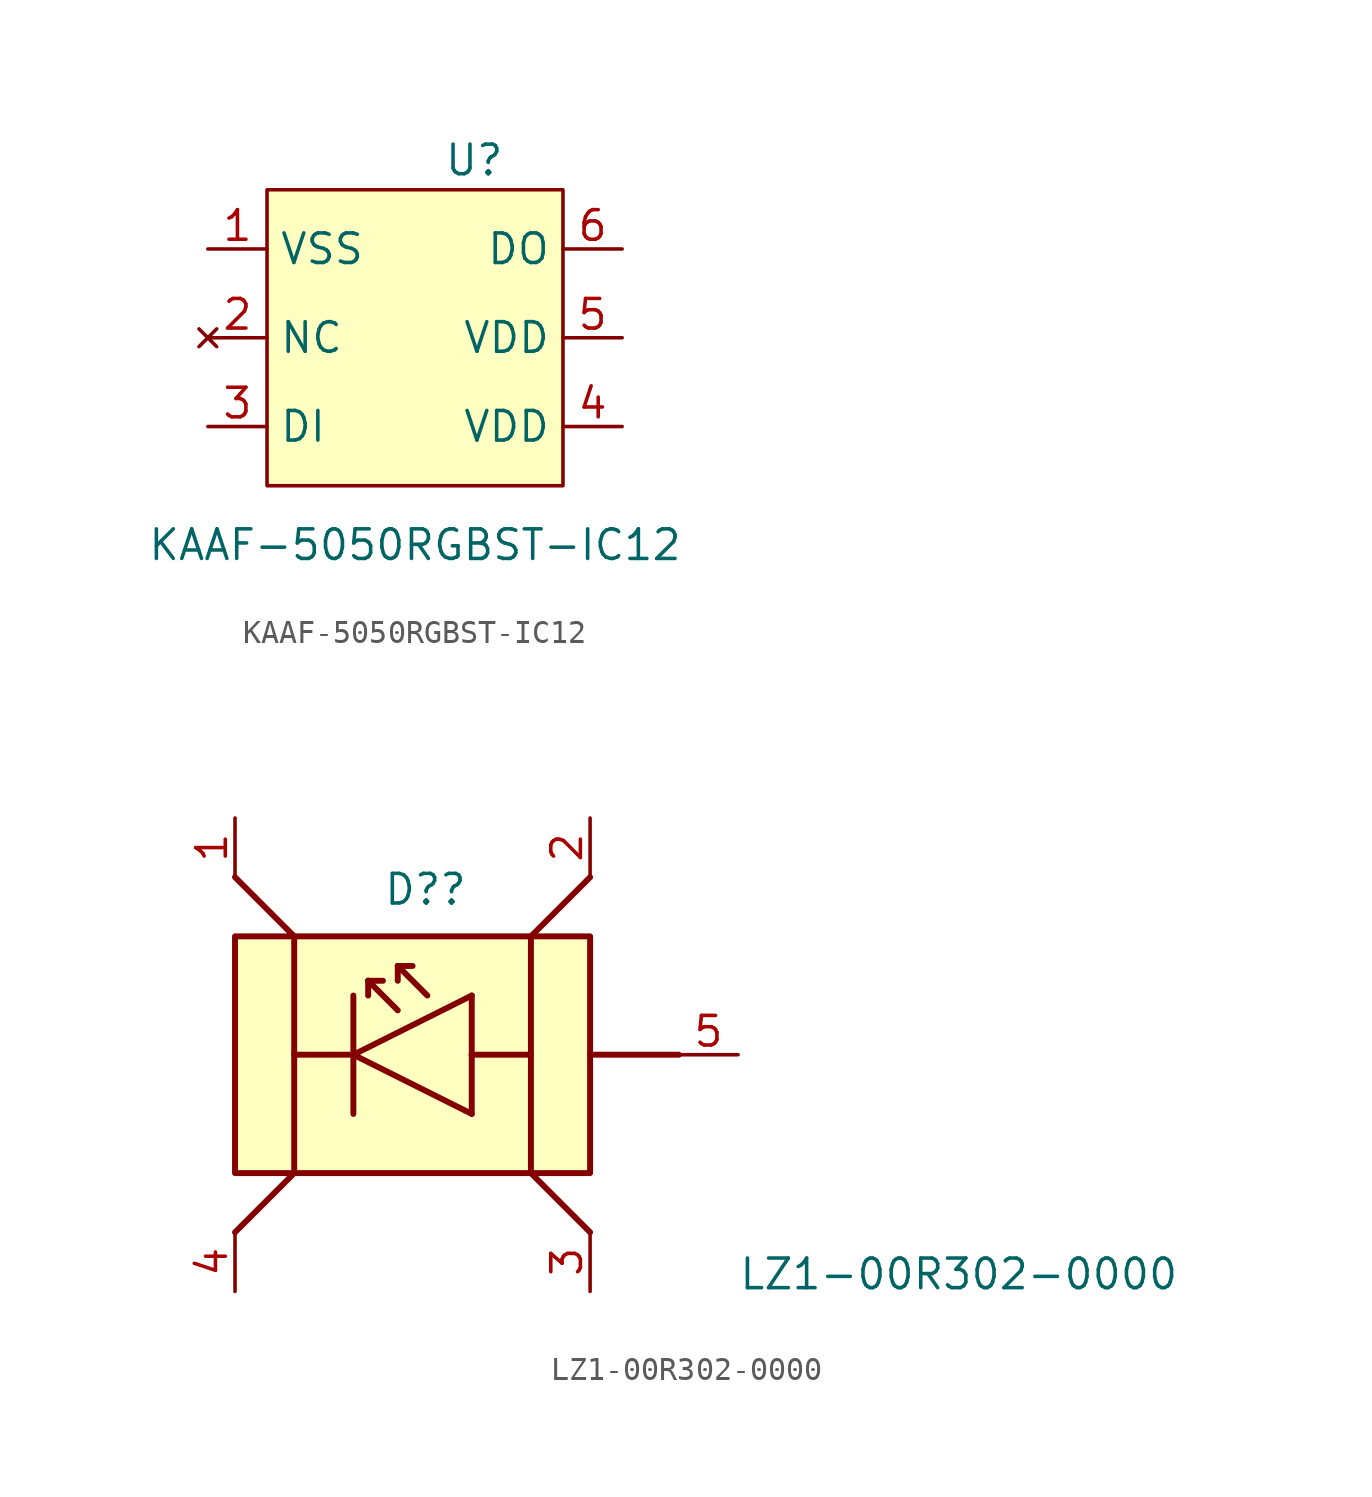
<source format=kicad_sym>
(kicad_symbol_lib
  (version 20211014)
  (generator kicad_symbol_editor)
  (symbol "KAAF-5050RGBST-IC12"
    (property "Reference" "U"
      (at 2.54 7.62 0)
      (effects (font (size 1.27 1.27))))
    (property "Value" "KAAF-5050RGBST-IC12"
      (at 0 -8.89 0)
      (effects (font (size 1.27 1.27))))
    (symbol "KAAF-5050RGBST-IC12_0_1"
      (rectangle (start -6.35 6.35) (end 6.35 -6.35) (stroke (width 0) (type default) (color 0 0 0 0)) (fill (type background))))
    (symbol "KAAF-5050RGBST-IC12_1_1"
      (pin power_in line (at -8.89 3.81 0) (length 2.54) (name "VSS" (effects (font (size 1.27 1.27)))) (number "1" (effects (font (size 1.27 1.27)))))
      (pin no_connect line (at -8.89 0 0) (length 2.54) (name "NC" (effects (font (size 1.27 1.27)))) (number "2" (effects (font (size 1.27 1.27)))))
      (pin input line (at -8.89 -3.81 0) (length 2.54) (name "DI" (effects (font (size 1.27 1.27)))) (number "3" (effects (font (size 1.27 1.27)))))
      (pin power_in line (at 8.89 -3.81 180) (length 2.54) (name "VDD" (effects (font (size 1.27 1.27)))) (number "4" (effects (font (size 1.27 1.27)))))
      (pin power_in line (at 8.89 0 180) (length 2.54) (name "VDD" (effects (font (size 1.27 1.27)))) (number "5" (effects (font (size 1.27 1.27)))))
      (pin output line (at 8.89 3.81 180) (length 2.54) (name "DO" (effects (font (size 1.27 1.27)))) (number "6" (effects (font (size 1.27 1.27)))))))
  (symbol "LZ1-00R302-0000"
    (pin_names
      (offset 1.016))
    (property "Reference" "D?"
      (at -1.27 6.35 0)
      (effects (font (size 1.27 1.27)) (justify left bottom)))
    (property "Value" "LZ1-00R302-0000"
      (at 13.97 -10.16 0)
      (effects (font (size 1.27 1.27)) (justify left bottom)))
    (symbol "LZ1-00R302-0000_0_0"
      (rectangle (start -7.62 -5.08) (end 7.62 5.08) (stroke (width 0.254) (type default) (color 0 0 0 0)) (fill (type background)))
      (polyline (pts (xy -5.08 -5.08) (xy -7.62 -7.62)) (stroke (width 0.254) (type default) (color 0 0 0 0)) (fill (type none)))
      (polyline (pts (xy -5.08 5.08) (xy -7.62 7.62)) (stroke (width 0.254) (type default) (color 0 0 0 0)) (fill (type none)))
      (polyline (pts (xy -5.08 5.08) (xy -5.08 -5.08)) (stroke (width 0.254) (type default) (color 0 0 0 0)) (fill (type none)))
      (polyline (pts (xy -2.54 0) (xy -5.08 0)) (stroke (width 0.254) (type default) (color 0 0 0 0)) (fill (type none)))
      (polyline (pts (xy -2.54 0) (xy -2.54 -2.54)) (stroke (width 0.254) (type default) (color 0 0 0 0)) (fill (type none)))
      (polyline (pts (xy -2.54 0) (xy 2.54 2.54)) (stroke (width 0.254) (type default) (color 0 0 0 0)) (fill (type none)))
      (polyline (pts (xy -2.54 2.54) (xy -2.54 0)) (stroke (width 0.254) (type default) (color 0 0 0 0)) (fill (type none)))
      (polyline (pts (xy -1.905 3.175) (xy -1.905 2.54)) (stroke (width 0.254) (type default) (color 0 0 0 0)) (fill (type none)))
      (polyline (pts (xy -1.905 3.175) (xy -1.27 3.175)) (stroke (width 0.254) (type default) (color 0 0 0 0)) (fill (type none)))
      (polyline (pts (xy -0.635 1.905) (xy -1.905 3.175)) (stroke (width 0.254) (type default) (color 0 0 0 0)) (fill (type none)))
      (polyline (pts (xy -0.635 3.81) (xy -0.635 3.175)) (stroke (width 0.254) (type default) (color 0 0 0 0)) (fill (type none)))
      (polyline (pts (xy -0.635 3.81) (xy 0 3.81)) (stroke (width 0.254) (type default) (color 0 0 0 0)) (fill (type none)))
      (polyline (pts (xy 0.635 2.54) (xy -0.635 3.81)) (stroke (width 0.254) (type default) (color 0 0 0 0)) (fill (type none)))
      (polyline (pts (xy 2.54 -2.54) (xy -2.54 0)) (stroke (width 0.254) (type default) (color 0 0 0 0)) (fill (type none)))
      (polyline (pts (xy 2.54 0) (xy 2.54 -2.54)) (stroke (width 0.254) (type default) (color 0 0 0 0)) (fill (type none)))
      (polyline (pts (xy 2.54 0) (xy 5.08 0)) (stroke (width 0.254) (type default) (color 0 0 0 0)) (fill (type none)))
      (polyline (pts (xy 2.54 2.54) (xy 2.54 0)) (stroke (width 0.254) (type default) (color 0 0 0 0)) (fill (type none)))
      (polyline (pts (xy 5.08 -5.08) (xy 7.62 -7.62)) (stroke (width 0.254) (type default) (color 0 0 0 0)) (fill (type none)))
      (polyline (pts (xy 5.08 5.08) (xy 5.08 -5.08)) (stroke (width 0.254) (type default) (color 0 0 0 0)) (fill (type none)))
      (polyline (pts (xy 5.08 5.08) (xy 7.62 7.62)) (stroke (width 0.254) (type default) (color 0 0 0 0)) (fill (type none)))
      (polyline (pts (xy 7.62 0) (xy 11.43 0)) (stroke (width 0.254) (type default) (color 0 0 0 0)) (fill (type none)))
      (pin passive line (at -7.62 10.16 270) (length 2.54) (name "" (effects (font (size 1.27 1.27)))) (number "1" (effects (font (size 1.27 1.27)))))
      (pin passive line (at 7.62 10.16 270) (length 2.54) (name "" (effects (font (size 1.27 1.27)))) (number "2" (effects (font (size 1.27 1.27)))))
      (pin passive line (at 7.62 -10.16 90) (length 2.54) (name "" (effects (font (size 1.27 1.27)))) (number "3" (effects (font (size 1.27 1.27)))))
      (pin passive line (at -7.62 -10.16 90) (length 2.54) (name "" (effects (font (size 1.27 1.27)))) (number "4" (effects (font (size 1.27 1.27)))))
      (pin passive line (at 13.97 0 180) (length 2.54) (name "" (effects (font (size 1.27 1.27)))) (number "5" (effects (font (size 1.27 1.27))))))))
</source>
